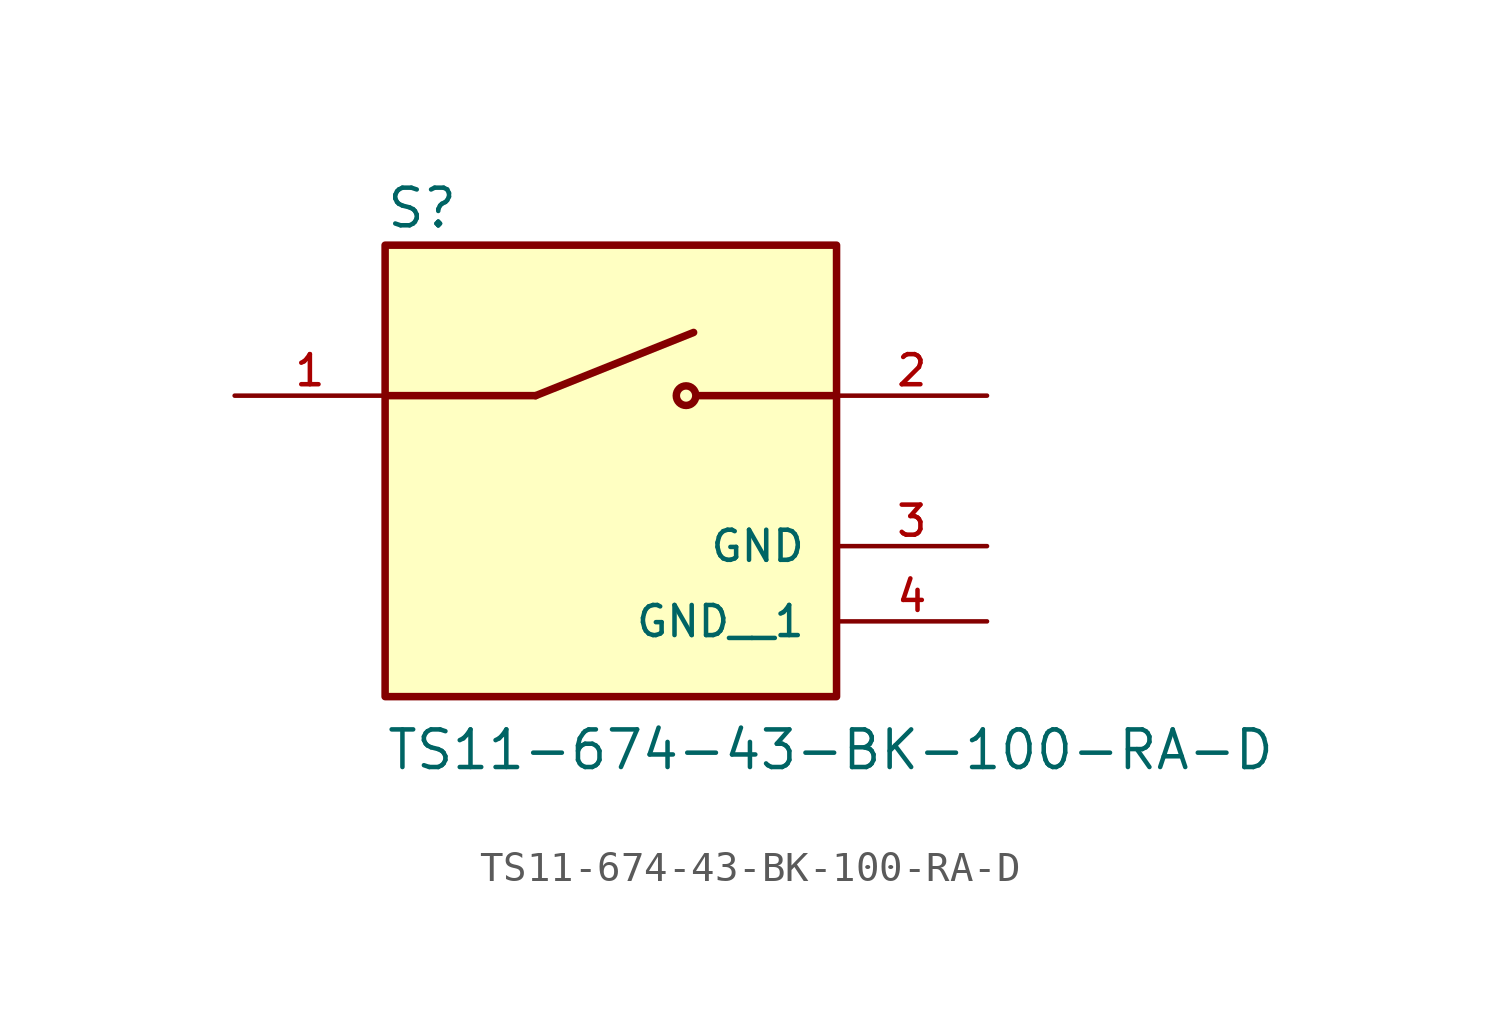
<source format=kicad_sym>
(kicad_symbol_lib
  (version 20211014)
  (generator kicad_symbol_editor)
  (symbol "TS11-674-43-BK-100-RA-D"
    (pin_names
      (offset 1.016))
    (property "Reference" "S"
      (at -7.62 8.128 0)
      (effects (font (size 1.27 1.27)) (justify bottom left)))
    (property "Value" "TS11-674-43-BK-100-RA-D"
      (at -7.62 -10.16 0)
      (effects (font (size 1.27 1.27)) (justify bottom left)))
    (symbol "TS11-674-43-BK-100-RA-D_0_0"
      (polyline (pts (xy -2.54 2.54) (xy 2.794 4.674)) (stroke (width 0.254)))
      (circle (center 2.54 2.54) (radius 0.33) (stroke (width 0.254)) (fill (type none)))
      (polyline (pts (xy 7.62 2.54) (xy 2.921 2.54)) (stroke (width 0.254)))
      (polyline (pts (xy -2.54 2.54) (xy -7.62 2.54)) (stroke (width 0.254)))
      (rectangle (start -7.62 -7.62) (end 7.62 7.62) (stroke (width 0.254)) (fill (type background)))
      (pin passive line (at -12.7 2.54 0) (length 5.08) (name "~" (effects (font (size 1.016 1.016)))) (number "1" (effects (font (size 1.016 1.016)))))
      (pin passive line (at 12.7 2.54 180.0) (length 5.08) (name "~" (effects (font (size 1.016 1.016)))) (number "2" (effects (font (size 1.016 1.016)))))
      (pin power_in line (at 12.7 -2.54 180.0) (length 5.08) (name "GND" (effects (font (size 1.016 1.016)))) (number "3" (effects (font (size 1.016 1.016)))))
      (pin power_in line (at 12.7 -5.08 180.0) (length 5.08) (name "GND__1" (effects (font (size 1.016 1.016)))) (number "4" (effects (font (size 1.016 1.016))))))))
</source>
